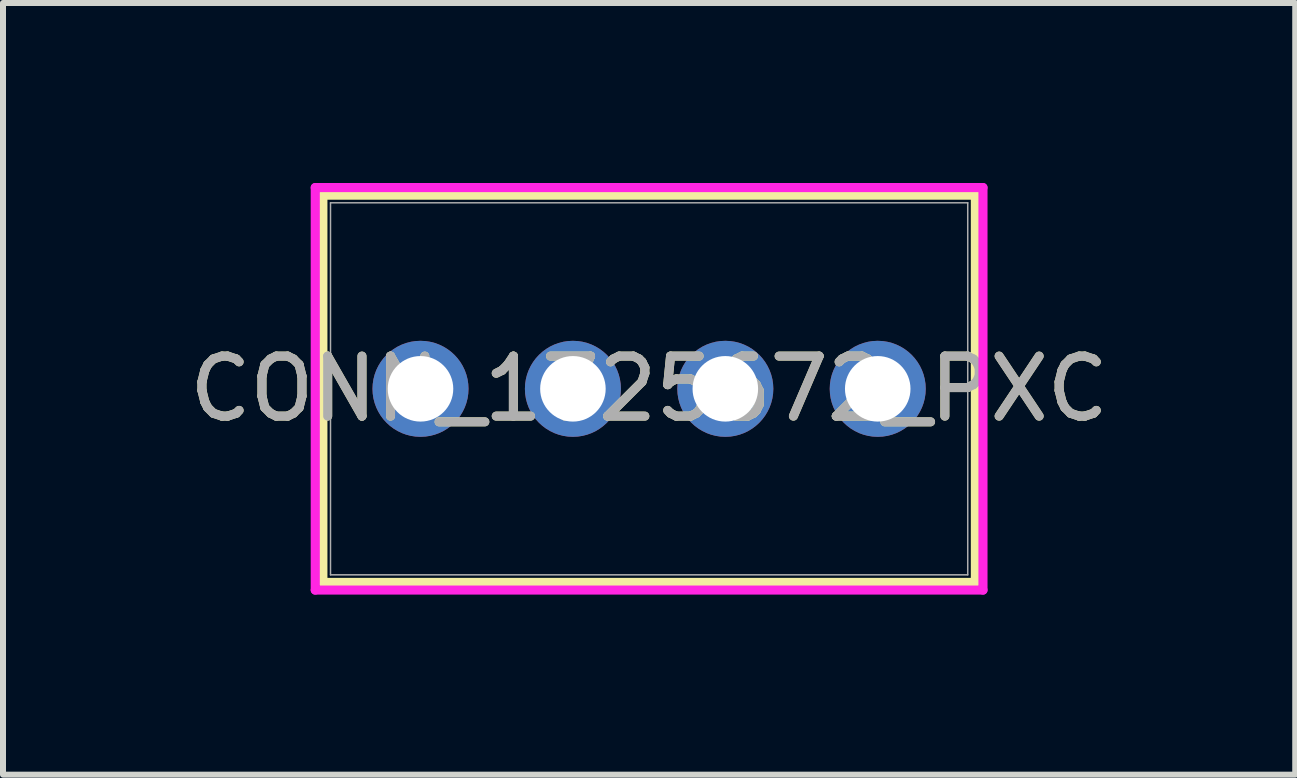
<source format=kicad_pcb>
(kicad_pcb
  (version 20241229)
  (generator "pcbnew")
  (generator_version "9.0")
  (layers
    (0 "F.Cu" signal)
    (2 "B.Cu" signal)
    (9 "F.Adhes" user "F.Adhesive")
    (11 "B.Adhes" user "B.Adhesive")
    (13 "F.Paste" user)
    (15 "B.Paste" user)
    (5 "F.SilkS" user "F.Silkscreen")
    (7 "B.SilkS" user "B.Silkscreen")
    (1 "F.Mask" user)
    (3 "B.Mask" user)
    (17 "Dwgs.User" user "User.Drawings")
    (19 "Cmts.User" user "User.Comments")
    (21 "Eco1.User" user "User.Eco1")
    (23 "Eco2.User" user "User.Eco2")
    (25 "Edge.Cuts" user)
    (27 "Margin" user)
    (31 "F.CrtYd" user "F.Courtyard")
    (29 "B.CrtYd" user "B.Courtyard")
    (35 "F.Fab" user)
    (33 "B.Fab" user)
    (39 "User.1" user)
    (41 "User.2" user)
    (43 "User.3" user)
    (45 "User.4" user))
  (footprint "CONN_1725672_PXC"
    (layer "F.Cu")
    (at 3.958 3.43)
    (property "Reference" "CONN_1725672_PXC" (at 3.81 0 0) (unlocked yes) (layer "F.SilkS") (effects (font (size 1 1) (thickness 0.15))))
    (attr through_hole)
    (fp_line (start -1.627 -3.227) (end -1.627 3.227) (stroke (width 0.152) (type solid)) (layer "F.SilkS"))
    (fp_line (start -1.627 3.227) (end 9.247 3.227) (stroke (width 0.152) (type solid)) (layer "F.SilkS"))
    (fp_line (start 9.247 -3.227) (end -1.627 -3.227) (stroke (width 0.152) (type solid)) (layer "F.SilkS"))
    (fp_line (start 9.247 3.227) (end 9.247 -3.227) (stroke (width 0.152) (type solid)) (layer "F.SilkS"))
    (fp_line (start -1.754 -3.354) (end -1.754 3.354) (stroke (width 0.152) (type solid)) (layer "F.CrtYd"))
    (fp_line (start -1.754 3.354) (end 9.374 3.354) (stroke (width 0.152) (type solid)) (layer "F.CrtYd"))
    (fp_line (start 9.374 -3.354) (end -1.754 -3.354) (stroke (width 0.152) (type solid)) (layer "F.CrtYd"))
    (fp_line (start 9.374 3.354) (end 9.374 -3.354) (stroke (width 0.152) (type solid)) (layer "F.CrtYd"))
    (fp_line (start -1.5 -3.1) (end -1.5 3.1) (stroke (width 0.025) (type solid)) (layer "F.Fab"))
    (fp_line (start -1.5 3.1) (end 9.12 3.1) (stroke (width 0.025) (type solid)) (layer "F.Fab"))
    (fp_line (start 9.12 -3.1) (end -1.5 -3.1) (stroke (width 0.025) (type solid)) (layer "F.Fab"))
    (fp_line (start 9.12 3.1) (end 9.12 -3.1) (stroke (width 0.025) (type solid)) (layer "F.Fab"))
    (fp_text user "${REFERENCE}" (at 3.81 0 0) (unlocked yes) (layer "F.Fab") (effects (font (size 1 1) (thickness 0.15))))
    (pad "1" thru_hole circle (at 0 0) (size 1.6 1.6) (drill 1.092) (layers "*.Cu" "*.Mask"))
    (pad "2" thru_hole circle (at 2.54 0) (size 1.6 1.6) (drill 1.092) (layers "*.Cu" "*.Mask"))
    (pad "3" thru_hole circle (at 5.08 0) (size 1.6 1.6) (drill 1.092) (layers "*.Cu" "*.Mask"))
    (pad "4" thru_hole circle (at 7.62 0) (size 1.6 1.6) (drill 1.092) (layers "*.Cu" "*.Mask")))
  (gr_rect
    (start -3 -3)
    (end 18.536 9.86)
    (stroke (width 0.1) (type default))
    (fill no)
    (layer "Edge.Cuts")))
</source>
